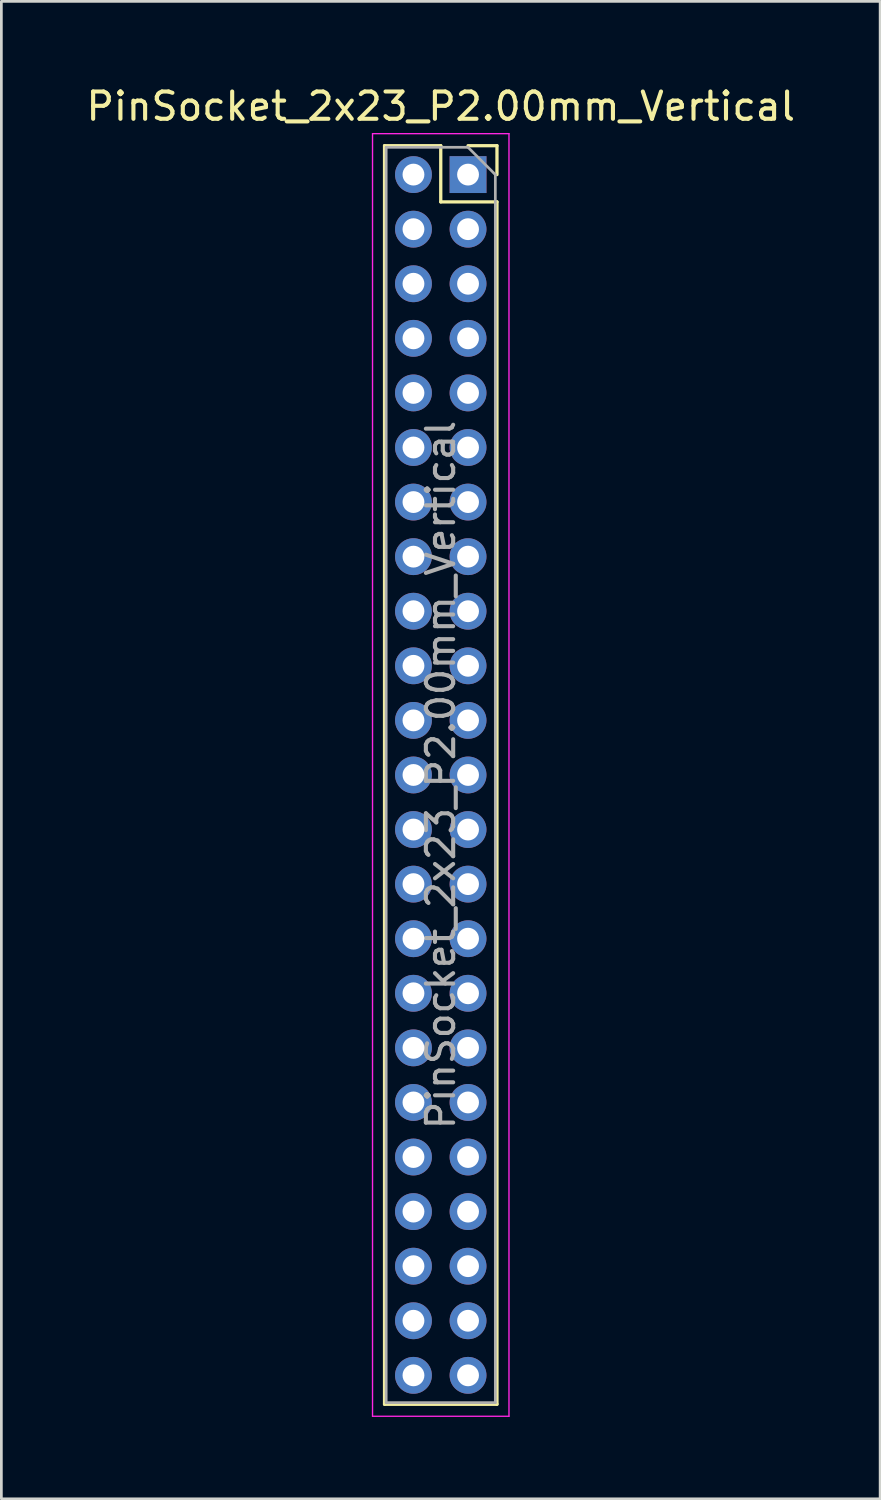
<source format=kicad_pcb>
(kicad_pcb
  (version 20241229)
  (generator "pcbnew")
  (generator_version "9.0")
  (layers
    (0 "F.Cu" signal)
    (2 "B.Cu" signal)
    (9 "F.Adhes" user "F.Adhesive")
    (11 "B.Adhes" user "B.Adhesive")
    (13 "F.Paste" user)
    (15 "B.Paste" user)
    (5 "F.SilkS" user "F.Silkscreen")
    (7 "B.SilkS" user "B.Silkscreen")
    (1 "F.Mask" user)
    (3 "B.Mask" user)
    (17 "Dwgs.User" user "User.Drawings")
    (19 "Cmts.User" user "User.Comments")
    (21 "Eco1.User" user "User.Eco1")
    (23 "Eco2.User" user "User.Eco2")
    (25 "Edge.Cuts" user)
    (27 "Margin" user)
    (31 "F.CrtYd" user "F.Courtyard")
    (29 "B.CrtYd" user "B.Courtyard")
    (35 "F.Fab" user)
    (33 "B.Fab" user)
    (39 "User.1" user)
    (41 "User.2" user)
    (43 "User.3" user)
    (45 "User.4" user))
  (footprint "PinSocket_2x23_P2.00mm_Vertical"
    (layer "F.Cu")
    (at 14.101 3.348)
    (property "Reference" "PinSocket_2x23_P2.00mm_Vertical" (at -1 -2.5 0) (layer "F.SilkS") (effects (font (size 1 1) (thickness 0.15))))
    (attr through_hole)
    (fp_line (start -3.06 -1.06) (end -3.06 45.06) (stroke (width 0.12) (type solid)) (layer "F.SilkS"))
    (fp_line (start -3.06 -1.06) (end -1 -1.06) (stroke (width 0.12) (type solid)) (layer "F.SilkS"))
    (fp_line (start -3.06 45.06) (end 1.06 45.06) (stroke (width 0.12) (type solid)) (layer "F.SilkS"))
    (fp_line (start -1 -1.06) (end -1 1) (stroke (width 0.12) (type solid)) (layer "F.SilkS"))
    (fp_line (start -1 1) (end 1.06 1) (stroke (width 0.12) (type solid)) (layer "F.SilkS"))
    (fp_line (start 0 -1.06) (end 1.06 -1.06) (stroke (width 0.12) (type solid)) (layer "F.SilkS"))
    (fp_line (start 1.06 -1.06) (end 1.06 0) (stroke (width 0.12) (type solid)) (layer "F.SilkS"))
    (fp_line (start 1.06 1) (end 1.06 45.06) (stroke (width 0.12) (type solid)) (layer "F.SilkS"))
    (fp_line (start -3.5 -1.5) (end 1.5 -1.5) (stroke (width 0.05) (type solid)) (layer "F.CrtYd"))
    (fp_line (start -3.5 45.5) (end -3.5 -1.5) (stroke (width 0.05) (type solid)) (layer "F.CrtYd"))
    (fp_line (start 1.5 -1.5) (end 1.5 45.5) (stroke (width 0.05) (type solid)) (layer "F.CrtYd"))
    (fp_line (start 1.5 45.5) (end -3.5 45.5) (stroke (width 0.05) (type solid)) (layer "F.CrtYd"))
    (fp_line (start -3 -1) (end 0 -1) (stroke (width 0.1) (type solid)) (layer "F.Fab"))
    (fp_line (start -3 45) (end -3 -1) (stroke (width 0.1) (type solid)) (layer "F.Fab"))
    (fp_line (start 0 -1) (end 1 0) (stroke (width 0.1) (type solid)) (layer "F.Fab"))
    (fp_line (start 1 0) (end 1 45) (stroke (width 0.1) (type solid)) (layer "F.Fab"))
    (fp_line (start 1 45) (end -3 45) (stroke (width 0.1) (type solid)) (layer "F.Fab"))
    (fp_text user "${REFERENCE}" (at -1 22 90) (layer "F.Fab") (effects (font (size 1 1) (thickness 0.15))))
    (pad "1" thru_hole rect (at 0 0) (size 1.35 1.35) (drill 0.8) (layers "*.Cu" "*.Mask"))
    (pad "2" thru_hole oval (at -2 0) (size 1.35 1.35) (drill 0.8) (layers "*.Cu" "*.Mask"))
    (pad "3" thru_hole oval (at 0 2) (size 1.35 1.35) (drill 0.8) (layers "*.Cu" "*.Mask"))
    (pad "4" thru_hole oval (at -2 2) (size 1.35 1.35) (drill 0.8) (layers "*.Cu" "*.Mask"))
    (pad "5" thru_hole oval (at 0 4) (size 1.35 1.35) (drill 0.8) (layers "*.Cu" "*.Mask"))
    (pad "6" thru_hole oval (at -2 4) (size 1.35 1.35) (drill 0.8) (layers "*.Cu" "*.Mask"))
    (pad "7" thru_hole oval (at 0 6) (size 1.35 1.35) (drill 0.8) (layers "*.Cu" "*.Mask"))
    (pad "8" thru_hole oval (at -2 6) (size 1.35 1.35) (drill 0.8) (layers "*.Cu" "*.Mask"))
    (pad "9" thru_hole oval (at 0 8) (size 1.35 1.35) (drill 0.8) (layers "*.Cu" "*.Mask"))
    (pad "10" thru_hole oval (at -2 8) (size 1.35 1.35) (drill 0.8) (layers "*.Cu" "*.Mask"))
    (pad "11" thru_hole oval (at 0 10) (size 1.35 1.35) (drill 0.8) (layers "*.Cu" "*.Mask"))
    (pad "12" thru_hole oval (at -2 10) (size 1.35 1.35) (drill 0.8) (layers "*.Cu" "*.Mask"))
    (pad "13" thru_hole oval (at 0 12) (size 1.35 1.35) (drill 0.8) (layers "*.Cu" "*.Mask"))
    (pad "14" thru_hole oval (at -2 12) (size 1.35 1.35) (drill 0.8) (layers "*.Cu" "*.Mask"))
    (pad "15" thru_hole oval (at 0 14) (size 1.35 1.35) (drill 0.8) (layers "*.Cu" "*.Mask"))
    (pad "16" thru_hole oval (at -2 14) (size 1.35 1.35) (drill 0.8) (layers "*.Cu" "*.Mask"))
    (pad "17" thru_hole oval (at 0 16) (size 1.35 1.35) (drill 0.8) (layers "*.Cu" "*.Mask"))
    (pad "18" thru_hole oval (at -2 16) (size 1.35 1.35) (drill 0.8) (layers "*.Cu" "*.Mask"))
    (pad "19" thru_hole oval (at 0 18) (size 1.35 1.35) (drill 0.8) (layers "*.Cu" "*.Mask"))
    (pad "20" thru_hole oval (at -2 18) (size 1.35 1.35) (drill 0.8) (layers "*.Cu" "*.Mask"))
    (pad "21" thru_hole oval (at 0 20) (size 1.35 1.35) (drill 0.8) (layers "*.Cu" "*.Mask"))
    (pad "22" thru_hole oval (at -2 20) (size 1.35 1.35) (drill 0.8) (layers "*.Cu" "*.Mask"))
    (pad "23" thru_hole oval (at 0 22) (size 1.35 1.35) (drill 0.8) (layers "*.Cu" "*.Mask"))
    (pad "24" thru_hole oval (at -2 22) (size 1.35 1.35) (drill 0.8) (layers "*.Cu" "*.Mask"))
    (pad "25" thru_hole oval (at 0 24) (size 1.35 1.35) (drill 0.8) (layers "*.Cu" "*.Mask"))
    (pad "26" thru_hole oval (at -2 24) (size 1.35 1.35) (drill 0.8) (layers "*.Cu" "*.Mask"))
    (pad "27" thru_hole oval (at 0 26) (size 1.35 1.35) (drill 0.8) (layers "*.Cu" "*.Mask"))
    (pad "28" thru_hole oval (at -2 26) (size 1.35 1.35) (drill 0.8) (layers "*.Cu" "*.Mask"))
    (pad "29" thru_hole oval (at 0 28) (size 1.35 1.35) (drill 0.8) (layers "*.Cu" "*.Mask"))
    (pad "30" thru_hole oval (at -2 28) (size 1.35 1.35) (drill 0.8) (layers "*.Cu" "*.Mask"))
    (pad "31" thru_hole oval (at 0 30) (size 1.35 1.35) (drill 0.8) (layers "*.Cu" "*.Mask"))
    (pad "32" thru_hole oval (at -2 30) (size 1.35 1.35) (drill 0.8) (layers "*.Cu" "*.Mask"))
    (pad "33" thru_hole oval (at 0 32) (size 1.35 1.35) (drill 0.8) (layers "*.Cu" "*.Mask"))
    (pad "34" thru_hole oval (at -2 32) (size 1.35 1.35) (drill 0.8) (layers "*.Cu" "*.Mask"))
    (pad "35" thru_hole oval (at 0 34) (size 1.35 1.35) (drill 0.8) (layers "*.Cu" "*.Mask"))
    (pad "36" thru_hole oval (at -2 34) (size 1.35 1.35) (drill 0.8) (layers "*.Cu" "*.Mask"))
    (pad "37" thru_hole oval (at 0 36) (size 1.35 1.35) (drill 0.8) (layers "*.Cu" "*.Mask"))
    (pad "38" thru_hole oval (at -2 36) (size 1.35 1.35) (drill 0.8) (layers "*.Cu" "*.Mask"))
    (pad "39" thru_hole oval (at 0 38) (size 1.35 1.35) (drill 0.8) (layers "*.Cu" "*.Mask"))
    (pad "40" thru_hole oval (at -2 38) (size 1.35 1.35) (drill 0.8) (layers "*.Cu" "*.Mask"))
    (pad "41" thru_hole oval (at 0 40) (size 1.35 1.35) (drill 0.8) (layers "*.Cu" "*.Mask"))
    (pad "42" thru_hole oval (at -2 40) (size 1.35 1.35) (drill 0.8) (layers "*.Cu" "*.Mask"))
    (pad "43" thru_hole oval (at 0 42) (size 1.35 1.35) (drill 0.8) (layers "*.Cu" "*.Mask"))
    (pad "44" thru_hole oval (at -2 42) (size 1.35 1.35) (drill 0.8) (layers "*.Cu" "*.Mask"))
    (pad "45" thru_hole oval (at 0 44) (size 1.35 1.35) (drill 0.8) (layers "*.Cu" "*.Mask"))
    (pad "46" thru_hole oval (at -2 44) (size 1.35 1.35) (drill 0.8) (layers "*.Cu" "*.Mask")))
  (gr_rect
    (start -3 -3)
    (end 29.202 51.873)
    (stroke (width 0.1) (type default))
    (fill no)
    (layer "Edge.Cuts")))
</source>
